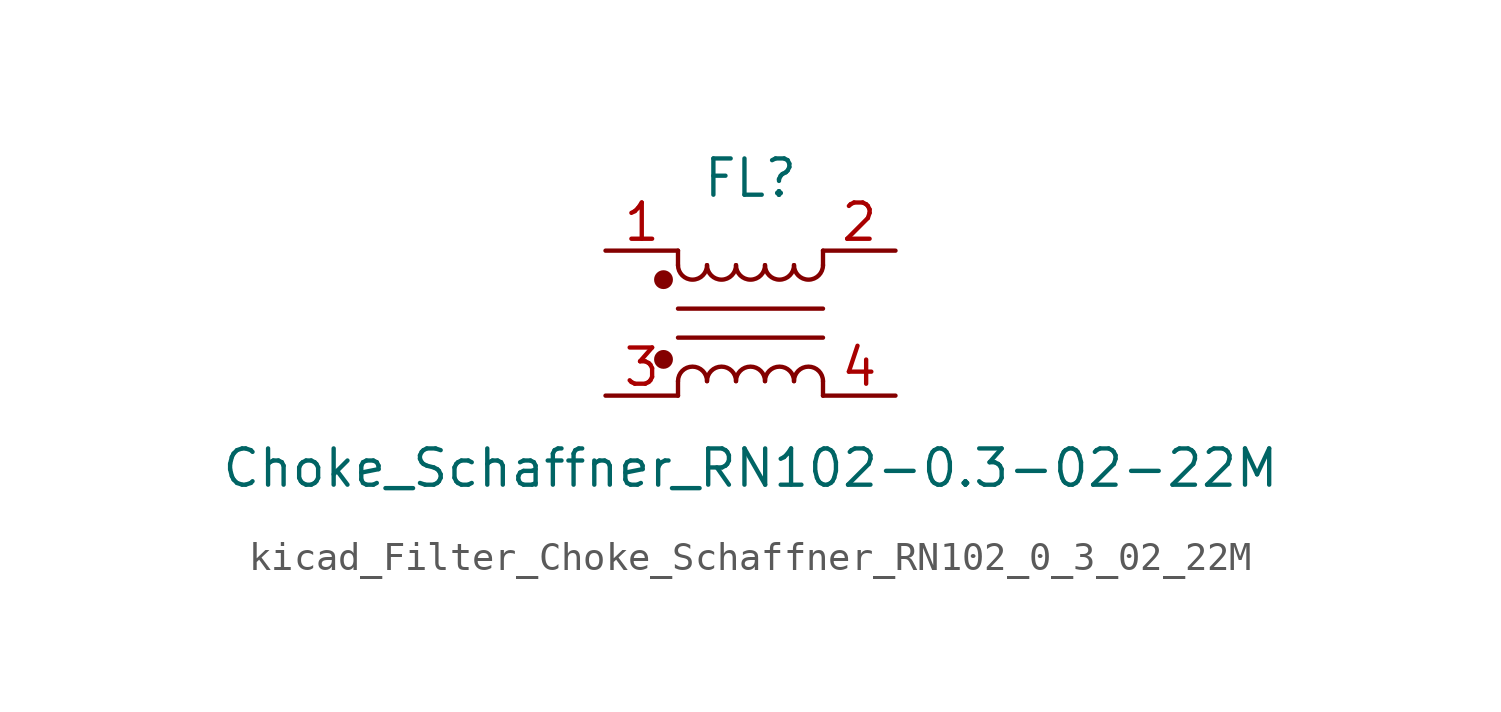
<source format=kicad_sym>
(kicad_symbol_lib
  (version 20220914)
  (generator kicad_symbol_editor)
  (symbol "kicad_Filter_Choke_Schaffner_RN102_0_3_02_22M"
    (pin_names hide)
    (property "Reference" "FL"
      (at 0 5.08 0)
      (effects (font (size 1.27 1.27))))
    (property "Value" "Choke_Schaffner_RN102-0.3-02-22M"
      (at 0 -5.08 0)
      (effects (font (size 1.27 1.27))))
    (symbol "kicad_Filter_Choke_Schaffner_RN102_0_3_02_22M_1_1"
      (circle (center -3.048 -1.27) (radius 0.254) (stroke (width 0) (type default)) (fill (type outline)))
      (circle (center -3.048 1.524) (radius 0.254) (stroke (width 0) (type default)) (fill (type outline)))
      (arc (start -2.54 2.032) (mid -2.032 1.5262) (end -1.524 2.032) (stroke (width 0) (type default)) (fill (type none)))
      (arc (start -1.524 -2.032) (mid -2.032 -1.5262) (end -2.54 -2.032) (stroke (width 0) (type default)) (fill (type none)))
      (arc (start -1.524 2.032) (mid -1.016 1.5262) (end -0.508 2.032) (stroke (width 0) (type default)) (fill (type none)))
      (arc (start -0.508 -2.032) (mid -1.016 -1.5262) (end -1.524 -2.032) (stroke (width 0) (type default)) (fill (type none)))
      (arc (start -0.508 2.032) (mid 0 1.5262) (end 0.508 2.032) (stroke (width 0) (type default)) (fill (type none)))
      (polyline (pts (xy -2.54 -2.032) (xy -2.54 -2.54)) (stroke (width 0) (type default)) (fill (type none)))
      (polyline (pts (xy -2.54 0.508) (xy 2.54 0.508)) (stroke (width 0) (type default)) (fill (type none)))
      (polyline (pts (xy -2.54 2.032) (xy -2.54 2.54)) (stroke (width 0) (type default)) (fill (type none)))
      (polyline (pts (xy 2.54 -2.032) (xy 2.54 -2.54)) (stroke (width 0) (type default)) (fill (type none)))
      (polyline (pts (xy 2.54 -0.508) (xy -2.54 -0.508)) (stroke (width 0) (type default)) (fill (type none)))
      (polyline (pts (xy 2.54 2.54) (xy 2.54 2.032)) (stroke (width 0) (type default)) (fill (type none)))
      (arc (start 0.508 -2.032) (mid 0 -1.5262) (end -0.508 -2.032) (stroke (width 0) (type default)) (fill (type none)))
      (arc (start 0.508 2.032) (mid 1.016 1.5262) (end 1.524 2.032) (stroke (width 0) (type default)) (fill (type none)))
      (arc (start 1.524 -2.032) (mid 1.016 -1.5262) (end 0.508 -2.032) (stroke (width 0) (type default)) (fill (type none)))
      (arc (start 1.524 2.032) (mid 2.032 1.5262) (end 2.54 2.032) (stroke (width 0) (type default)) (fill (type none)))
      (arc (start 2.54 -2.032) (mid 2.032 -1.5262) (end 1.524 -2.032) (stroke (width 0) (type default)) (fill (type none)))
      (pin passive line (at -5.08 2.54 0) (length 2.54) (name "1" (effects (font (size 1.27 1.27)))) (number "1" (effects (font (size 1.27 1.27)))))
      (pin passive line (at 5.08 2.54 180) (length 2.54) (name "2" (effects (font (size 1.27 1.27)))) (number "2" (effects (font (size 1.27 1.27)))))
      (pin passive line (at -5.08 -2.54 0) (length 2.54) (name "3" (effects (font (size 1.27 1.27)))) (number "3" (effects (font (size 1.27 1.27)))))
      (pin passive line (at 5.08 -2.54 180) (length 2.54) (name "4" (effects (font (size 1.27 1.27)))) (number "4" (effects (font (size 1.27 1.27))))))))
</source>
